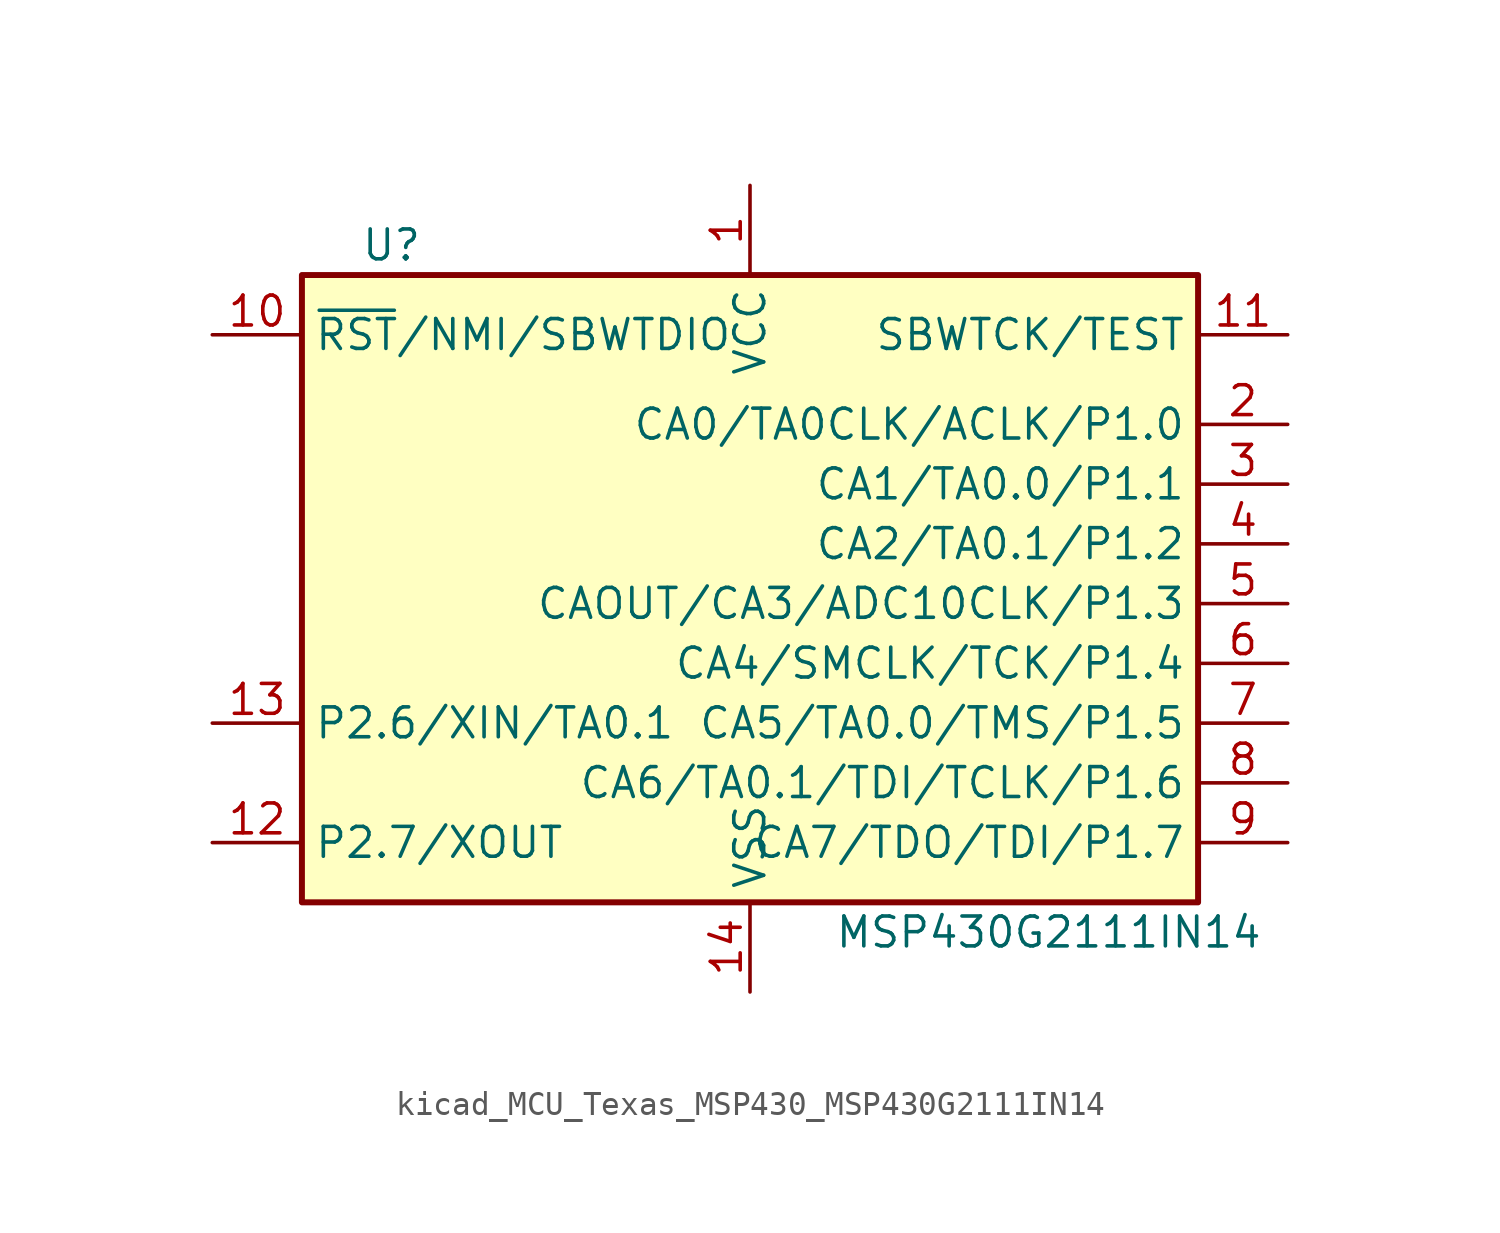
<source format=kicad_sym>
(kicad_symbol_lib
  (version 20220914)
  (generator kicad_symbol_editor)
  (symbol "kicad_MCU_Texas_MSP430_MSP430G2111IN14"
    (property "Reference" "U"
      (at -15.24 15.24 0)
      (effects (font (size 1.27 1.27))))
    (property "Value" "MSP430G2111IN14"
      (at 12.7 -13.97 0)
      (effects (font (size 1.27 1.27))))
    (symbol "kicad_MCU_Texas_MSP430_MSP430G2111IN14_0_1"
      (rectangle (start -19.05 13.97) (end 19.05 -12.7) (stroke (width 0.254) (type default)) (fill (type background))))
    (symbol "kicad_MCU_Texas_MSP430_MSP430G2111IN14_1_1"
      (pin power_in line (at 0 17.78 270) (length 3.81) (name "VCC" (effects (font (size 1.27 1.27)))) (number "1" (effects (font (size 1.27 1.27)))))
      (pin input line (at -22.86 11.43 0) (length 3.81) (name "~{RST}/NMI/SBWTDIO" (effects (font (size 1.27 1.27)))) (number "10" (effects (font (size 1.27 1.27)))))
      (pin input line (at 22.86 11.43 180) (length 3.81) (name "SBWTCK/TEST" (effects (font (size 1.27 1.27)))) (number "11" (effects (font (size 1.27 1.27)))))
      (pin bidirectional line (at -22.86 -10.16 0) (length 3.81) (name "P2.7/XOUT" (effects (font (size 1.27 1.27)))) (number "12" (effects (font (size 1.27 1.27)))))
      (pin bidirectional line (at -22.86 -5.08 0) (length 3.81) (name "P2.6/XIN/TA0.1" (effects (font (size 1.27 1.27)))) (number "13" (effects (font (size 1.27 1.27)))))
      (pin power_in line (at 0 -16.51 90) (length 3.81) (name "VSS" (effects (font (size 1.27 1.27)))) (number "14" (effects (font (size 1.27 1.27)))))
      (pin bidirectional line (at 22.86 7.62 180) (length 3.81) (name "CA0/TA0CLK/ACLK/P1.0" (effects (font (size 1.27 1.27)))) (number "2" (effects (font (size 1.27 1.27)))))
      (pin bidirectional line (at 22.86 5.08 180) (length 3.81) (name "CA1/TA0.0/P1.1" (effects (font (size 1.27 1.27)))) (number "3" (effects (font (size 1.27 1.27)))))
      (pin bidirectional line (at 22.86 2.54 180) (length 3.81) (name "CA2/TA0.1/P1.2" (effects (font (size 1.27 1.27)))) (number "4" (effects (font (size 1.27 1.27)))))
      (pin bidirectional line (at 22.86 0 180) (length 3.81) (name "CAOUT/CA3/ADC10CLK/P1.3" (effects (font (size 1.27 1.27)))) (number "5" (effects (font (size 1.27 1.27)))))
      (pin bidirectional line (at 22.86 -2.54 180) (length 3.81) (name "CA4/SMCLK/TCK/P1.4" (effects (font (size 1.27 1.27)))) (number "6" (effects (font (size 1.27 1.27)))))
      (pin bidirectional line (at 22.86 -5.08 180) (length 3.81) (name "CA5/TA0.0/TMS/P1.5" (effects (font (size 1.27 1.27)))) (number "7" (effects (font (size 1.27 1.27)))))
      (pin bidirectional line (at 22.86 -7.62 180) (length 3.81) (name "CA6/TA0.1/TDI/TCLK/P1.6" (effects (font (size 1.27 1.27)))) (number "8" (effects (font (size 1.27 1.27)))))
      (pin bidirectional line (at 22.86 -10.16 180) (length 3.81) (name "CA7/TDO/TDI/P1.7" (effects (font (size 1.27 1.27)))) (number "9" (effects (font (size 1.27 1.27))))))))
</source>
